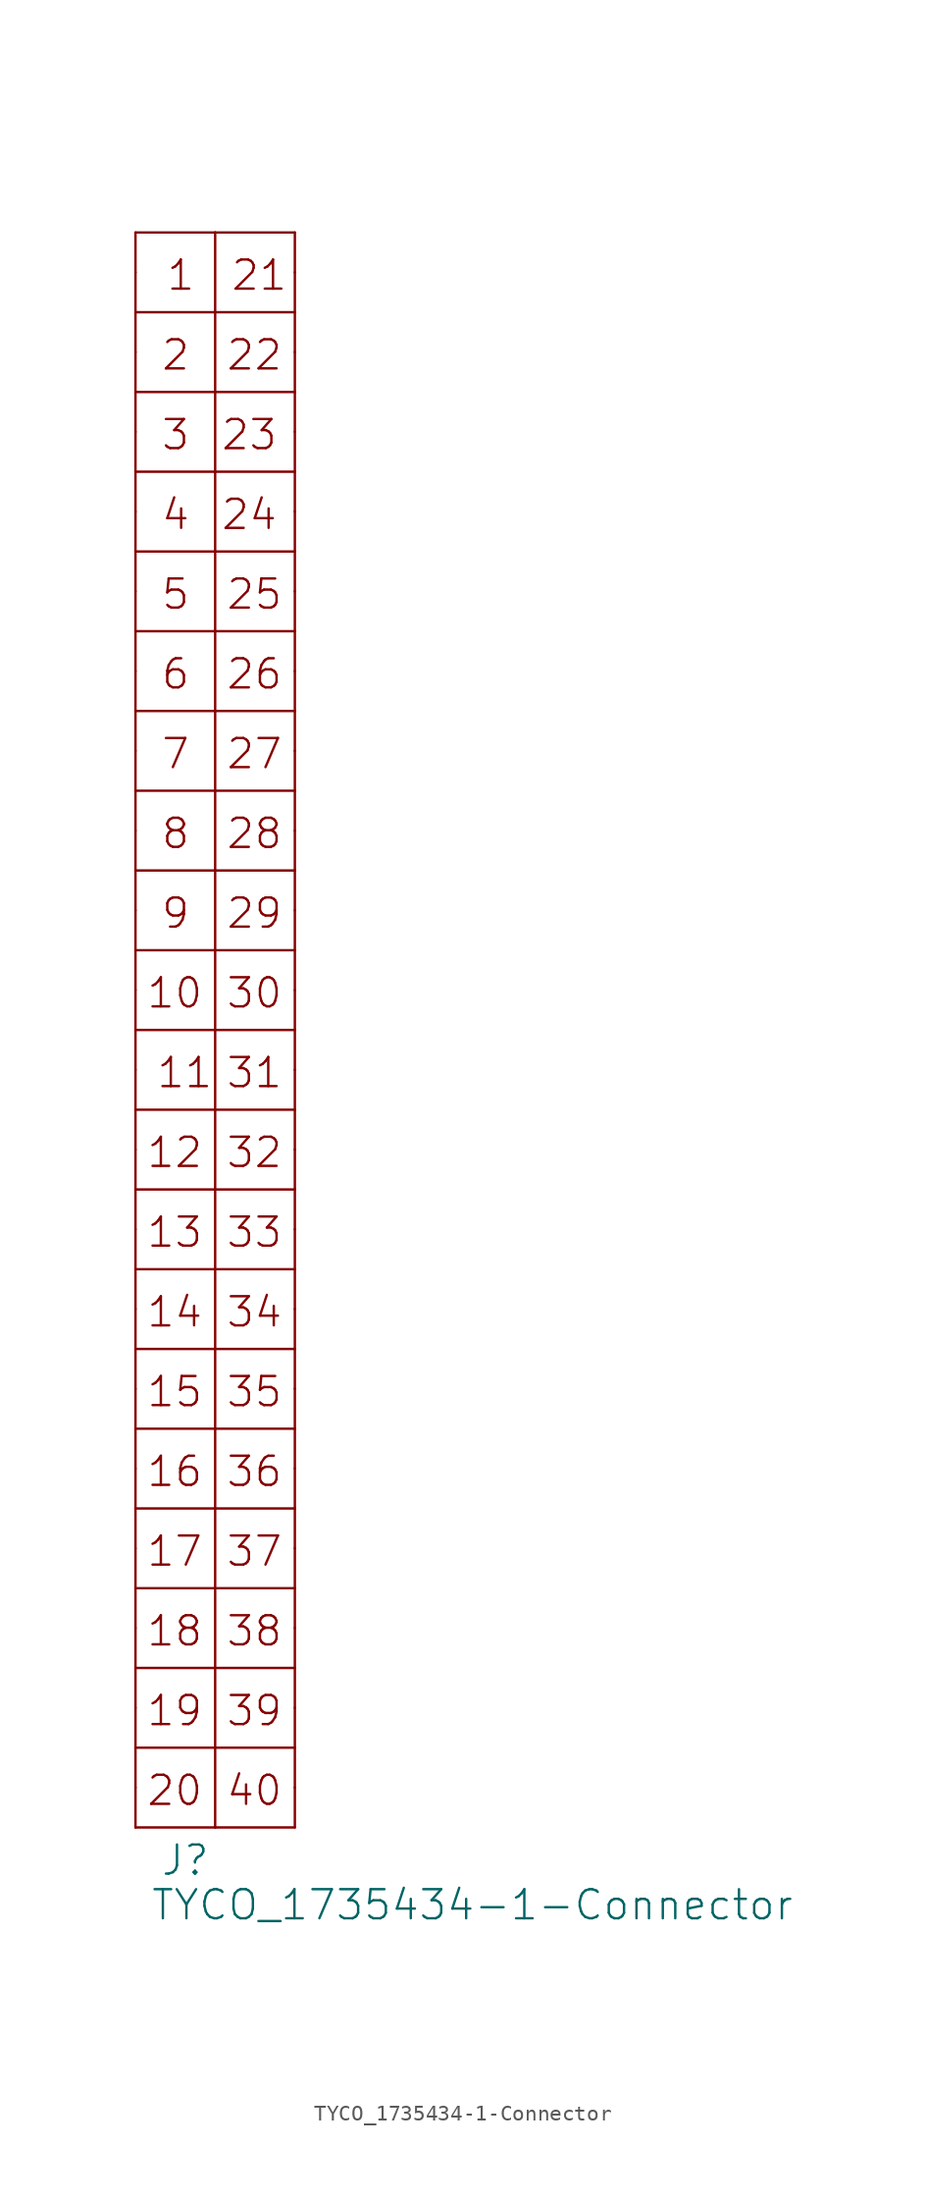
<source format=kicad_sym>
(kicad_symbol_lib
  (version 20200126)
  (host kicad_symbol_editor "(5.99.0-2809-gaceed2b0a4)")
  (symbol "LCD_Board-rescue:TYCO_1735434-1-Connector"
    (property "Reference" "J"
      (at 1.575 -51.435 0)
      (effects (font (size 1.854 1.854)) (justify left bottom)))
    (property "Value" "TYCO_1735434-1-Connector"
      (at 0.94 -54.28 0)
      (effects (font (size 1.854 1.854)) (justify left bottom)))
    (symbol "TYCO_1735434-1-Connector_1_0"
      (text "1" (at 1.905 49.53 0) (effects (font (size 1.854 1.854)) (justify left bottom)))
      (text "10" (at 0.635 3.81 0) (effects (font (size 1.854 1.854)) (justify left bottom)))
      (text "11" (at 1.27 -1.27 0) (effects (font (size 1.854 1.854)) (justify left bottom)))
      (text "12" (at 0.635 -6.35 0) (effects (font (size 1.854 1.854)) (justify left bottom)))
      (text "13" (at 0.635 -11.43 0) (effects (font (size 1.854 1.854)) (justify left bottom)))
      (text "14" (at 0.635 -16.51 0) (effects (font (size 1.854 1.854)) (justify left bottom)))
      (text "15" (at 0.635 -21.59 0) (effects (font (size 1.854 1.854)) (justify left bottom)))
      (text "16" (at 0.635 -26.67 0) (effects (font (size 1.854 1.854)) (justify left bottom)))
      (text "17" (at 0.635 -31.75 0) (effects (font (size 1.854 1.854)) (justify left bottom)))
      (text "18" (at 0.635 -36.83 0) (effects (font (size 1.854 1.854)) (justify left bottom)))
      (text "19" (at 0.635 -41.91 0) (effects (font (size 1.854 1.854)) (justify left bottom)))
      (text "2" (at 1.575 44.45 0) (effects (font (size 1.854 1.854)) (justify left bottom)))
      (text "20" (at 0.635 -46.99 0) (effects (font (size 1.854 1.854)) (justify left bottom)))
      (text "21" (at 6.02 49.53 0) (effects (font (size 1.854 1.854)) (justify left bottom)))
      (text "22" (at 5.715 44.45 0) (effects (font (size 1.854 1.854)) (justify left bottom)))
      (text "23" (at 5.385 39.37 0) (effects (font (size 1.854 1.854)) (justify left bottom)))
      (text "24" (at 5.385 34.29 0) (effects (font (size 1.854 1.854)) (justify left bottom)))
      (text "25" (at 5.715 29.21 0) (effects (font (size 1.854 1.854)) (justify left bottom)))
      (text "26" (at 5.715 24.13 0) (effects (font (size 1.854 1.854)) (justify left bottom)))
      (text "27" (at 5.715 19.05 0) (effects (font (size 1.854 1.854)) (justify left bottom)))
      (text "28" (at 5.715 13.97 0) (effects (font (size 1.854 1.854)) (justify left bottom)))
      (text "29" (at 5.715 8.89 0) (effects (font (size 1.854 1.854)) (justify left bottom)))
      (text "3" (at 1.575 39.37 0) (effects (font (size 1.854 1.854)) (justify left bottom)))
      (text "30" (at 5.715 3.81 0) (effects (font (size 1.854 1.854)) (justify left bottom)))
      (text "31" (at 5.715 -1.27 0) (effects (font (size 1.854 1.854)) (justify left bottom)))
      (text "32" (at 5.715 -6.35 0) (effects (font (size 1.854 1.854)) (justify left bottom)))
      (text "33" (at 5.715 -11.43 0) (effects (font (size 1.854 1.854)) (justify left bottom)))
      (text "34" (at 5.715 -16.51 0) (effects (font (size 1.854 1.854)) (justify left bottom)))
      (text "35" (at 5.715 -21.59 0) (effects (font (size 1.854 1.854)) (justify left bottom)))
      (text "36" (at 5.715 -26.67 0) (effects (font (size 1.854 1.854)) (justify left bottom)))
      (text "37" (at 5.715 -31.75 0) (effects (font (size 1.854 1.854)) (justify left bottom)))
      (text "38" (at 5.715 -36.83 0) (effects (font (size 1.854 1.854)) (justify left bottom)))
      (text "39" (at 5.715 -41.91 0) (effects (font (size 1.854 1.854)) (justify left bottom)))
      (text "4" (at 1.575 34.29 0) (effects (font (size 1.854 1.854)) (justify left bottom)))
      (text "40" (at 5.715 -46.99 0) (effects (font (size 1.854 1.854)) (justify left bottom)))
      (text "5" (at 1.575 29.21 0) (effects (font (size 1.854 1.854)) (justify left bottom)))
      (text "6" (at 1.575 24.13 0) (effects (font (size 1.854 1.854)) (justify left bottom)))
      (text "7" (at 1.575 19.05 0) (effects (font (size 1.854 1.854)) (justify left bottom)))
      (text "8" (at 1.575 13.97 0) (effects (font (size 1.854 1.854)) (justify left bottom)))
      (text "9" (at 1.575 8.89 0) (effects (font (size 1.854 1.854)) (justify left bottom)))
      (polyline (pts (xy 0 -48.26) (xy 5.08 -48.26)) (stroke (width 0)) (fill (type none)))
      (polyline (pts (xy 0 -43.18) (xy 0 -48.26)) (stroke (width 0)) (fill (type none)))
      (polyline (pts (xy 0 -43.18) (xy 0 -38.1)) (stroke (width 0)) (fill (type none)))
      (polyline (pts (xy 0 -38.1) (xy 0 -33.02)) (stroke (width 0)) (fill (type none)))
      (polyline (pts (xy 0 -38.1) (xy 5.08 -38.1)) (stroke (width 0)) (fill (type none)))
      (polyline (pts (xy 0 -33.02) (xy 0 -27.94)) (stroke (width 0)) (fill (type none)))
      (polyline (pts (xy 0 -33.02) (xy 5.08 -33.02)) (stroke (width 0)) (fill (type none)))
      (polyline (pts (xy 0 -27.94) (xy 5.08 -27.94)) (stroke (width 0)) (fill (type none)))
      (polyline (pts (xy 0 -22.86) (xy 0 -27.94)) (stroke (width 0)) (fill (type none)))
      (polyline (pts (xy 0 -22.86) (xy 0 -17.78)) (stroke (width 0)) (fill (type none)))
      (polyline (pts (xy 0 -17.78) (xy 0 -12.7)) (stroke (width 0)) (fill (type none)))
      (polyline (pts (xy 0 -17.78) (xy 5.08 -17.78)) (stroke (width 0)) (fill (type none)))
      (polyline (pts (xy 0 -12.7) (xy 0 -7.62)) (stroke (width 0)) (fill (type none)))
      (polyline (pts (xy 0 -12.7) (xy 5.08 -12.7)) (stroke (width 0)) (fill (type none)))
      (polyline (pts (xy 0 -7.62) (xy 5.08 -7.62)) (stroke (width 0)) (fill (type none)))
      (polyline (pts (xy 0 -2.54) (xy 0 -7.62)) (stroke (width 0)) (fill (type none)))
      (polyline (pts (xy 0 -2.54) (xy 0 2.54)) (stroke (width 0)) (fill (type none)))
      (polyline (pts (xy 0 2.54) (xy 0 7.62)) (stroke (width 0)) (fill (type none)))
      (polyline (pts (xy 0 2.54) (xy 5.08 2.54)) (stroke (width 0)) (fill (type none)))
      (polyline (pts (xy 0 7.62) (xy 0 12.7)) (stroke (width 0)) (fill (type none)))
      (polyline (pts (xy 0 7.62) (xy 5.08 7.62)) (stroke (width 0)) (fill (type none)))
      (polyline (pts (xy 0 12.7) (xy 0 17.78)) (stroke (width 0)) (fill (type none)))
      (polyline (pts (xy 0 12.7) (xy 5.08 12.7)) (stroke (width 0)) (fill (type none)))
      (polyline (pts (xy 0 17.78) (xy 0 22.86)) (stroke (width 0)) (fill (type none)))
      (polyline (pts (xy 0 17.78) (xy 5.08 17.78)) (stroke (width 0)) (fill (type none)))
      (polyline (pts (xy 0 22.86) (xy 0 27.94)) (stroke (width 0)) (fill (type none)))
      (polyline (pts (xy 0 22.86) (xy 5.08 22.86)) (stroke (width 0)) (fill (type none)))
      (polyline (pts (xy 0 27.94) (xy 0 33.02)) (stroke (width 0)) (fill (type none)))
      (polyline (pts (xy 0 27.94) (xy 5.08 27.94)) (stroke (width 0)) (fill (type none)))
      (polyline (pts (xy 0 33.02) (xy 0 38.1)) (stroke (width 0)) (fill (type none)))
      (polyline (pts (xy 0 38.1) (xy 0 43.18)) (stroke (width 0)) (fill (type none)))
      (polyline (pts (xy 0 43.18) (xy 5.08 43.18)) (stroke (width 0)) (fill (type none)))
      (polyline (pts (xy 0 48.26) (xy 0 43.18)) (stroke (width 0)) (fill (type none)))
      (polyline (pts (xy 0 48.26) (xy 0 53.34)) (stroke (width 0)) (fill (type none)))
      (polyline (pts (xy 0 53.34) (xy 5.08 53.34)) (stroke (width 0)) (fill (type none)))
      (polyline (pts (xy 5.08 -48.26) (xy 10.16 -48.26)) (stroke (width 0)) (fill (type none)))
      (polyline (pts (xy 5.08 -43.18) (xy 0 -43.18)) (stroke (width 0)) (fill (type none)))
      (polyline (pts (xy 5.08 -43.18) (xy 5.08 -48.26)) (stroke (width 0)) (fill (type none)))
      (polyline (pts (xy 5.08 -43.18) (xy 5.08 -38.1)) (stroke (width 0)) (fill (type none)))
      (polyline (pts (xy 5.08 -38.1) (xy 5.08 -33.02)) (stroke (width 0)) (fill (type none)))
      (polyline (pts (xy 5.08 -38.1) (xy 10.16 -38.1)) (stroke (width 0)) (fill (type none)))
      (polyline (pts (xy 5.08 -33.02) (xy 5.08 -27.94)) (stroke (width 0)) (fill (type none)))
      (polyline (pts (xy 5.08 -33.02) (xy 10.16 -33.02)) (stroke (width 0)) (fill (type none)))
      (polyline (pts (xy 5.08 -27.94) (xy 10.16 -27.94)) (stroke (width 0)) (fill (type none)))
      (polyline (pts (xy 5.08 -22.86) (xy 0 -22.86)) (stroke (width 0)) (fill (type none)))
      (polyline (pts (xy 5.08 -22.86) (xy 5.08 -27.94)) (stroke (width 0)) (fill (type none)))
      (polyline (pts (xy 5.08 -22.86) (xy 5.08 -17.78)) (stroke (width 0)) (fill (type none)))
      (polyline (pts (xy 5.08 -17.78) (xy 5.08 -12.7)) (stroke (width 0)) (fill (type none)))
      (polyline (pts (xy 5.08 -17.78) (xy 10.16 -17.78)) (stroke (width 0)) (fill (type none)))
      (polyline (pts (xy 5.08 -12.7) (xy 5.08 -7.62)) (stroke (width 0)) (fill (type none)))
      (polyline (pts (xy 5.08 -12.7) (xy 10.16 -12.7)) (stroke (width 0)) (fill (type none)))
      (polyline (pts (xy 5.08 -7.62) (xy 10.16 -7.62)) (stroke (width 0)) (fill (type none)))
      (polyline (pts (xy 5.08 -2.54) (xy 0 -2.54)) (stroke (width 0)) (fill (type none)))
      (polyline (pts (xy 5.08 -2.54) (xy 5.08 -7.62)) (stroke (width 0)) (fill (type none)))
      (polyline (pts (xy 5.08 -2.54) (xy 5.08 2.54)) (stroke (width 0)) (fill (type none)))
      (polyline (pts (xy 5.08 2.54) (xy 5.08 7.62)) (stroke (width 0)) (fill (type none)))
      (polyline (pts (xy 5.08 2.54) (xy 10.16 2.54)) (stroke (width 0)) (fill (type none)))
      (polyline (pts (xy 5.08 7.62) (xy 5.08 12.7)) (stroke (width 0)) (fill (type none)))
      (polyline (pts (xy 5.08 7.62) (xy 10.16 7.62)) (stroke (width 0)) (fill (type none)))
      (polyline (pts (xy 5.08 12.7) (xy 5.08 17.78)) (stroke (width 0)) (fill (type none)))
      (polyline (pts (xy 5.08 12.7) (xy 10.16 12.7)) (stroke (width 0)) (fill (type none)))
      (polyline (pts (xy 5.08 17.78) (xy 5.08 22.86)) (stroke (width 0)) (fill (type none)))
      (polyline (pts (xy 5.08 17.78) (xy 10.16 17.78)) (stroke (width 0)) (fill (type none)))
      (polyline (pts (xy 5.08 22.86) (xy 5.08 27.94)) (stroke (width 0)) (fill (type none)))
      (polyline (pts (xy 5.08 22.86) (xy 10.16 22.86)) (stroke (width 0)) (fill (type none)))
      (polyline (pts (xy 5.08 27.94) (xy 5.08 33.02)) (stroke (width 0)) (fill (type none)))
      (polyline (pts (xy 5.08 27.94) (xy 10.16 27.94)) (stroke (width 0)) (fill (type none)))
      (polyline (pts (xy 5.08 33.02) (xy 0 33.02)) (stroke (width 0)) (fill (type none)))
      (polyline (pts (xy 5.08 33.02) (xy 5.08 38.1)) (stroke (width 0)) (fill (type none)))
      (polyline (pts (xy 5.08 38.1) (xy 0 38.1)) (stroke (width 0)) (fill (type none)))
      (polyline (pts (xy 5.08 38.1) (xy 5.08 43.18)) (stroke (width 0)) (fill (type none)))
      (polyline (pts (xy 5.08 43.18) (xy 10.16 43.18)) (stroke (width 0)) (fill (type none)))
      (polyline (pts (xy 5.08 48.26) (xy 0 48.26)) (stroke (width 0)) (fill (type none)))
      (polyline (pts (xy 5.08 48.26) (xy 5.08 43.18)) (stroke (width 0)) (fill (type none)))
      (polyline (pts (xy 5.08 48.26) (xy 5.08 53.34)) (stroke (width 0)) (fill (type none)))
      (polyline (pts (xy 5.08 53.34) (xy 10.16 53.34)) (stroke (width 0)) (fill (type none)))
      (polyline (pts (xy 10.16 -48.26) (xy 10.16 -43.18)) (stroke (width 0)) (fill (type none)))
      (polyline (pts (xy 10.16 -43.18) (xy 5.08 -43.18)) (stroke (width 0)) (fill (type none)))
      (polyline (pts (xy 10.16 -38.1) (xy 10.16 -43.18)) (stroke (width 0)) (fill (type none)))
      (polyline (pts (xy 10.16 -33.02) (xy 10.16 -38.1)) (stroke (width 0)) (fill (type none)))
      (polyline (pts (xy 10.16 -27.94) (xy 10.16 -33.02)) (stroke (width 0)) (fill (type none)))
      (polyline (pts (xy 10.16 -27.94) (xy 10.16 -22.86)) (stroke (width 0)) (fill (type none)))
      (polyline (pts (xy 10.16 -22.86) (xy 5.08 -22.86)) (stroke (width 0)) (fill (type none)))
      (polyline (pts (xy 10.16 -17.78) (xy 10.16 -22.86)) (stroke (width 0)) (fill (type none)))
      (polyline (pts (xy 10.16 -12.7) (xy 10.16 -17.78)) (stroke (width 0)) (fill (type none)))
      (polyline (pts (xy 10.16 -7.62) (xy 10.16 -12.7)) (stroke (width 0)) (fill (type none)))
      (polyline (pts (xy 10.16 -7.62) (xy 10.16 -2.54)) (stroke (width 0)) (fill (type none)))
      (polyline (pts (xy 10.16 -2.54) (xy 5.08 -2.54)) (stroke (width 0)) (fill (type none)))
      (polyline (pts (xy 10.16 2.54) (xy 10.16 -2.54)) (stroke (width 0)) (fill (type none)))
      (polyline (pts (xy 10.16 7.62) (xy 10.16 2.54)) (stroke (width 0)) (fill (type none)))
      (polyline (pts (xy 10.16 12.7) (xy 10.16 7.62)) (stroke (width 0)) (fill (type none)))
      (polyline (pts (xy 10.16 17.78) (xy 10.16 12.7)) (stroke (width 0)) (fill (type none)))
      (polyline (pts (xy 10.16 22.86) (xy 10.16 17.78)) (stroke (width 0)) (fill (type none)))
      (polyline (pts (xy 10.16 27.94) (xy 10.16 22.86)) (stroke (width 0)) (fill (type none)))
      (polyline (pts (xy 10.16 33.02) (xy 5.08 33.02)) (stroke (width 0)) (fill (type none)))
      (polyline (pts (xy 10.16 33.02) (xy 10.16 27.94)) (stroke (width 0)) (fill (type none)))
      (polyline (pts (xy 10.16 38.1) (xy 5.08 38.1)) (stroke (width 0)) (fill (type none)))
      (polyline (pts (xy 10.16 38.1) (xy 10.16 33.02)) (stroke (width 0)) (fill (type none)))
      (polyline (pts (xy 10.16 43.18) (xy 10.16 38.1)) (stroke (width 0)) (fill (type none)))
      (polyline (pts (xy 10.16 43.18) (xy 10.16 48.26)) (stroke (width 0)) (fill (type none)))
      (polyline (pts (xy 10.16 48.26) (xy 5.08 48.26)) (stroke (width 0)) (fill (type none)))
      (polyline (pts (xy 10.16 53.34) (xy 10.16 48.26)) (stroke (width 0)) (fill (type none)))
      (pin passive line (at 0 50.8 0) (length 0) (name "P$1" (effects (font (size 0 0)))) (number "1" (effects (font (size 0 0)))))
      (pin passive line (at 0 5.08 0) (length 0) (name "P$10" (effects (font (size 0 0)))) (number "10" (effects (font (size 0 0)))))
      (pin passive line (at 0 0 0) (length 0) (name "P$11" (effects (font (size 0 0)))) (number "11" (effects (font (size 0 0)))))
      (pin passive line (at 0 -5.08 0) (length 0) (name "P$12" (effects (font (size 0 0)))) (number "12" (effects (font (size 0 0)))))
      (pin passive line (at 0 -10.16 0) (length 0) (name "P$13" (effects (font (size 0 0)))) (number "13" (effects (font (size 0 0)))))
      (pin passive line (at 0 -15.24 0) (length 0) (name "P$14" (effects (font (size 0 0)))) (number "14" (effects (font (size 0 0)))))
      (pin passive line (at 0 -20.32 0) (length 0) (name "P$15" (effects (font (size 0 0)))) (number "15" (effects (font (size 0 0)))))
      (pin passive line (at 0 -25.4 0) (length 0) (name "P$16" (effects (font (size 0 0)))) (number "16" (effects (font (size 0 0)))))
      (pin passive line (at 0 -30.48 0) (length 0) (name "P$17" (effects (font (size 0 0)))) (number "17" (effects (font (size 0 0)))))
      (pin passive line (at 0 -35.56 0) (length 0) (name "P$18" (effects (font (size 0 0)))) (number "18" (effects (font (size 0 0)))))
      (pin passive line (at 0 -40.64 0) (length 0) (name "P$19" (effects (font (size 0 0)))) (number "19" (effects (font (size 0 0)))))
      (pin passive line (at 0 45.72 0) (length 0) (name "P$2" (effects (font (size 0 0)))) (number "2" (effects (font (size 0 0)))))
      (pin passive line (at 0 -45.72 0) (length 0) (name "P$20" (effects (font (size 0 0)))) (number "20" (effects (font (size 0 0)))))
      (pin passive line (at 10.16 50.8 0) (length 0) (name "P$21" (effects (font (size 0 0)))) (number "21" (effects (font (size 0 0)))))
      (pin passive line (at 10.16 45.72 0) (length 0) (name "P$22" (effects (font (size 0 0)))) (number "22" (effects (font (size 0 0)))))
      (pin power_in line (at 10.16 40.64 0) (length 0) (name "P$23" (effects (font (size 0 0)))) (number "23" (effects (font (size 0 0)))))
      (pin passive line (at 10.16 35.56 0) (length 0) (name "P$24" (effects (font (size 0 0)))) (number "24" (effects (font (size 0 0)))))
      (pin passive line (at 10.16 30.48 0) (length 0) (name "P$25" (effects (font (size 0 0)))) (number "25" (effects (font (size 0 0)))))
      (pin passive line (at 10.16 25.4 0) (length 0) (name "P$26" (effects (font (size 0 0)))) (number "26" (effects (font (size 0 0)))))
      (pin passive line (at 10.16 20.32 0) (length 0) (name "P$27" (effects (font (size 0 0)))) (number "27" (effects (font (size 0 0)))))
      (pin passive line (at 10.16 15.24 0) (length 0) (name "P$28" (effects (font (size 0 0)))) (number "28" (effects (font (size 0 0)))))
      (pin passive line (at 10.16 10.16 0) (length 0) (name "P$29" (effects (font (size 0 0)))) (number "29" (effects (font (size 0 0)))))
      (pin passive line (at 0 40.64 0) (length 0) (name "P$3" (effects (font (size 0 0)))) (number "3" (effects (font (size 0 0)))))
      (pin passive line (at 10.16 5.08 0) (length 0) (name "P$30" (effects (font (size 0 0)))) (number "30" (effects (font (size 0 0)))))
      (pin passive line (at 10.16 0 0) (length 0) (name "P$31" (effects (font (size 0 0)))) (number "31" (effects (font (size 0 0)))))
      (pin passive line (at 10.16 -5.08 0) (length 0) (name "P$32" (effects (font (size 0 0)))) (number "32" (effects (font (size 0 0)))))
      (pin passive line (at 10.16 -10.16 0) (length 0) (name "P$33" (effects (font (size 0 0)))) (number "33" (effects (font (size 0 0)))))
      (pin passive line (at 10.16 -15.24 0) (length 0) (name "P$34" (effects (font (size 0 0)))) (number "34" (effects (font (size 0 0)))))
      (pin passive line (at 10.16 -20.32 0) (length 0) (name "P$35" (effects (font (size 0 0)))) (number "35" (effects (font (size 0 0)))))
      (pin passive line (at 10.16 -25.4 0) (length 0) (name "P$36" (effects (font (size 0 0)))) (number "36" (effects (font (size 0 0)))))
      (pin passive line (at 10.16 -30.48 0) (length 0) (name "P$37" (effects (font (size 0 0)))) (number "37" (effects (font (size 0 0)))))
      (pin passive line (at 10.16 -35.56 0) (length 0) (name "P$38" (effects (font (size 0 0)))) (number "38" (effects (font (size 0 0)))))
      (pin passive line (at 10.16 -40.64 0) (length 0) (name "P$39" (effects (font (size 0 0)))) (number "39" (effects (font (size 0 0)))))
      (pin passive line (at 0 35.56 0) (length 0) (name "P$4" (effects (font (size 0 0)))) (number "4" (effects (font (size 0 0)))))
      (pin passive line (at 10.16 -45.72 0) (length 0) (name "P$40" (effects (font (size 0 0)))) (number "40" (effects (font (size 0 0)))))
      (pin passive line (at 0 30.48 0) (length 0) (name "P$5" (effects (font (size 0 0)))) (number "5" (effects (font (size 0 0)))))
      (pin passive line (at 0 25.4 0) (length 0) (name "P$6" (effects (font (size 0 0)))) (number "6" (effects (font (size 0 0)))))
      (pin passive line (at 0 20.32 0) (length 0) (name "P$7" (effects (font (size 0 0)))) (number "7" (effects (font (size 0 0)))))
      (pin passive line (at 0 15.24 0) (length 0) (name "P$8" (effects (font (size 0 0)))) (number "8" (effects (font (size 0 0)))))
      (pin passive line (at 0 10.16 0) (length 0) (name "P$9" (effects (font (size 0 0)))) (number "9" (effects (font (size 0 0))))))))
</source>
